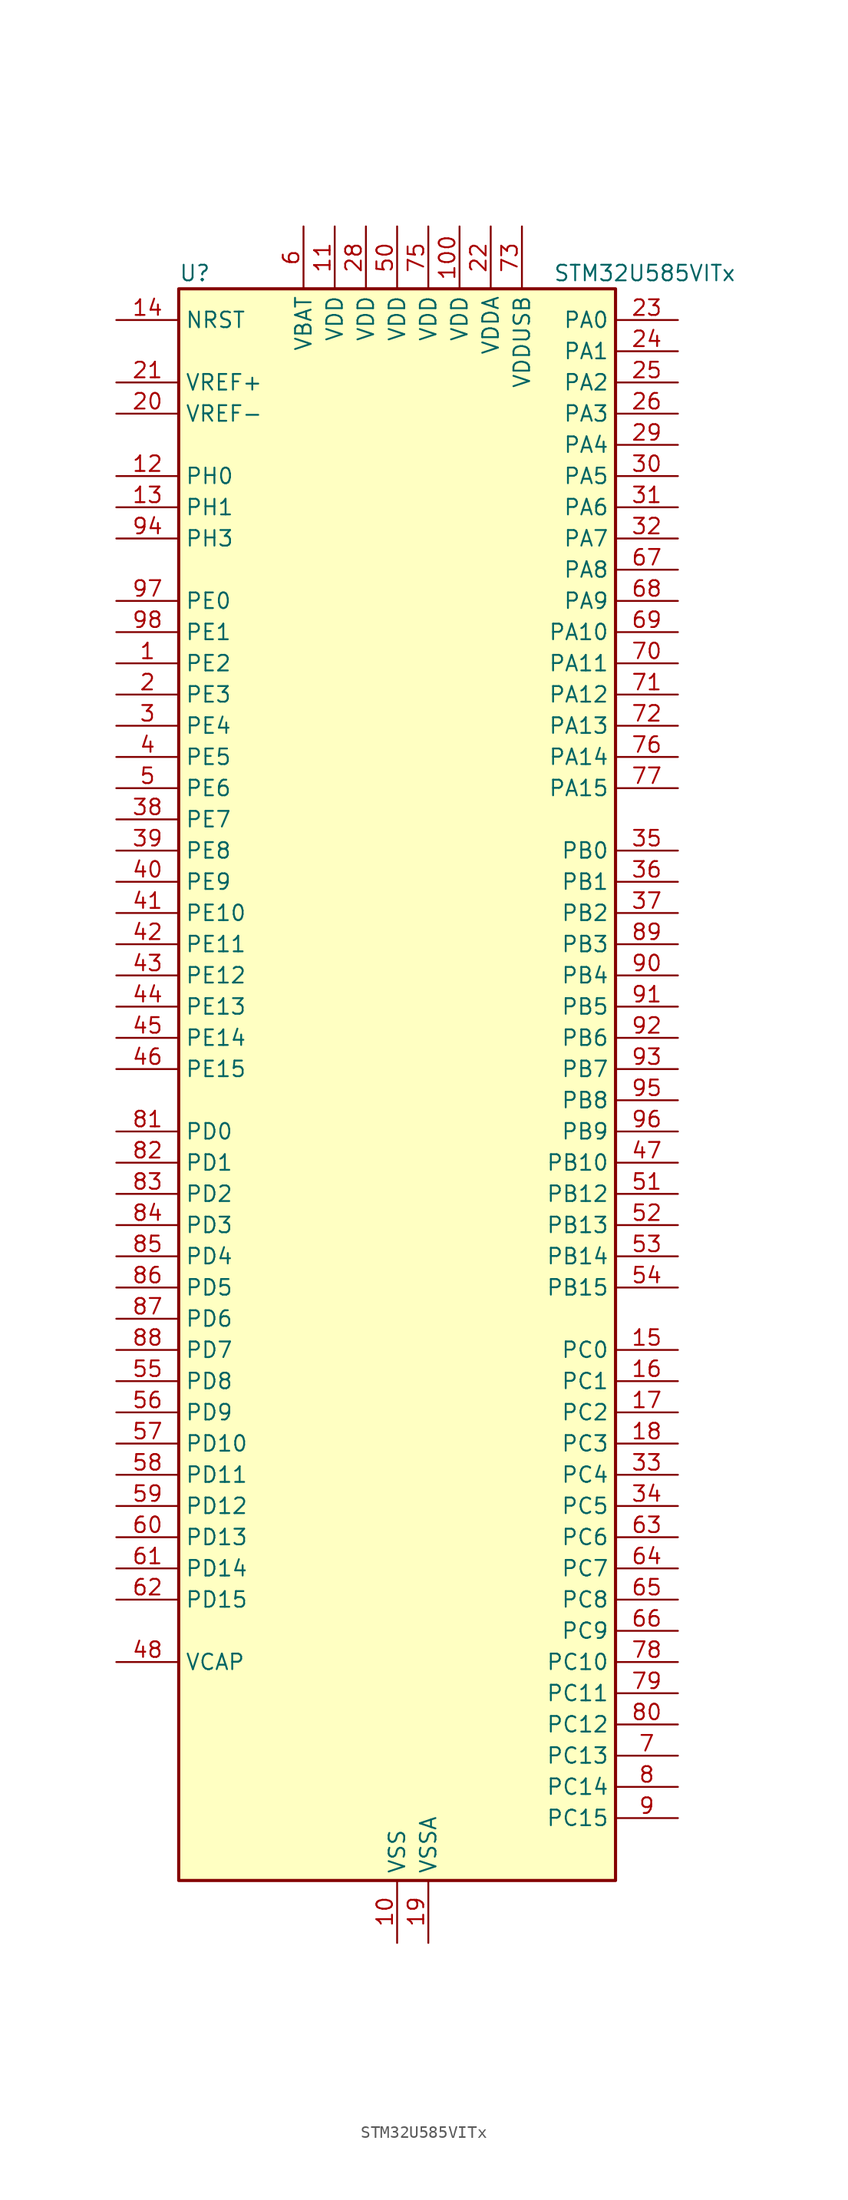
<source format=kicad_sym>
(kicad_symbol_lib
  (version 20211014)
  (generator kicad-library-utils)
  (symbol "STM32U585VITx"
    (property "Reference" "U"
      (at -17.78 67.31 0)
      (effects (font (size 1.27 1.27)) (justify left)))
    (property "Value" "STM32U585VITx"
      (at 12.7 67.31 0)
      (effects (font (size 1.27 1.27)) (justify left)))
    (property "ki_fp_filters" "LQFP*14x14mm*P0.5mm*"
      (at 0.0 0.0 0.0)
      (effects (font (size 1.27 1.27))))
    (symbol "STM32U585VITx_0_1"
      (rectangle (start -17.78 -63.5) (end 17.78 66.04) (stroke (width 0.254)) (fill (type background))))
    (symbol "STM32U585VITx_1_1"
      (pin input line (at -22.86 63.5 0) (length 5.08) (name "NRST" (effects (font (size 1.27 1.27)))) (number "14" (effects (font (size 1.27 1.27)))))
      (pin input line (at -22.86 58.42 0) (length 5.08) (name "VREF+" (effects (font (size 1.27 1.27)))) (number "21" (effects (font (size 1.27 1.27)))) (alternate "VREFBUF_OUT" bidirectional line))
      (pin input line (at -22.86 55.88 0) (length 5.08) (name "VREF-" (effects (font (size 1.27 1.27)))) (number "20" (effects (font (size 1.27 1.27)))))
      (pin bidirectional line (at -22.86 50.8 0) (length 5.08) (name "PH0" (effects (font (size 1.27 1.27)))) (number "12" (effects (font (size 1.27 1.27)))) (alternate "RCC_OSC_IN" bidirectional line))
      (pin bidirectional line (at -22.86 48.26 0) (length 5.08) (name "PH1" (effects (font (size 1.27 1.27)))) (number "13" (effects (font (size 1.27 1.27)))) (alternate "RCC_OSC_OUT" bidirectional line))
      (pin bidirectional line (at -22.86 45.72 0) (length 5.08) (name "PH3" (effects (font (size 1.27 1.27)))) (number "94" (effects (font (size 1.27 1.27)))))
      (pin bidirectional line (at -22.86 40.64 0) (length 5.08) (name "PE0" (effects (font (size 1.27 1.27)))) (number "97" (effects (font (size 1.27 1.27)))) (alternate "DCMI_D2" bidirectional line) (alternate "FMC_NBL0" bidirectional line) (alternate "PSSI_D2" bidirectional line) (alternate "TIM16_CH1" bidirectional line) (alternate "TIM4_ETR" bidirectional line))
      (pin bidirectional line (at -22.86 38.1 0) (length 5.08) (name "PE1" (effects (font (size 1.27 1.27)))) (number "98" (effects (font (size 1.27 1.27)))) (alternate "DCMI_D3" bidirectional line) (alternate "FMC_NBL1" bidirectional line) (alternate "PSSI_D3" bidirectional line) (alternate "TIM17_CH1" bidirectional line))
      (pin bidirectional line (at -22.86 35.56 0) (length 5.08) (name "PE2" (effects (font (size 1.27 1.27)))) (number "1" (effects (font (size 1.27 1.27)))) (alternate "DEBUG_TRACECLK" bidirectional line) (alternate "FMC_A23" bidirectional line) (alternate "SAI1_CK1" bidirectional line) (alternate "SAI1_MCLK_A" bidirectional line) (alternate "TIM3_ETR" bidirectional line) (alternate "TSC_G7_IO1" bidirectional line))
      (pin bidirectional line (at -22.86 33.02 0) (length 5.08) (name "PE3" (effects (font (size 1.27 1.27)))) (number "2" (effects (font (size 1.27 1.27)))) (alternate "DEBUG_TRACED0" bidirectional line) (alternate "FMC_A19" bidirectional line) (alternate "OCTOSPIM_P1_DQS" bidirectional line) (alternate "SAI1_SD_B" bidirectional line) (alternate "TAMP_IN6" bidirectional line) (alternate "TAMP_OUT3" bidirectional line) (alternate "TIM3_CH1" bidirectional line) (alternate "TSC_G7_IO2" bidirectional line))
      (pin bidirectional line (at -22.86 30.48 0) (length 5.08) (name "PE4" (effects (font (size 1.27 1.27)))) (number "3" (effects (font (size 1.27 1.27)))) (alternate "DCMI_D4" bidirectional line) (alternate "DEBUG_TRACED1" bidirectional line) (alternate "FMC_A20" bidirectional line) (alternate "MDF1_SDI3" bidirectional line) (alternate "PSSI_D4" bidirectional line) (alternate "PWR_WKUP1" bidirectional line) (alternate "SAI1_D2" bidirectional line) (alternate "SAI1_FS_A" bidirectional line) (alternate "TAMP_IN7" bidirectional line) (alternate "TAMP_OUT8" bidirectional line) (alternate "TIM3_CH2" bidirectional line) (alternate "TSC_G7_IO3" bidirectional line))
      (pin bidirectional line (at -22.86 27.94 0) (length 5.08) (name "PE5" (effects (font (size 1.27 1.27)))) (number "4" (effects (font (size 1.27 1.27)))) (alternate "DCMI_D6" bidirectional line) (alternate "DEBUG_TRACED2" bidirectional line) (alternate "FMC_A21" bidirectional line) (alternate "MDF1_CKI3" bidirectional line) (alternate "PSSI_D6" bidirectional line) (alternate "PWR_WKUP2" bidirectional line) (alternate "SAI1_CK2" bidirectional line) (alternate "SAI1_SCK_A" bidirectional line) (alternate "TAMP_IN8" bidirectional line) (alternate "TAMP_OUT7" bidirectional line) (alternate "TIM3_CH3" bidirectional line) (alternate "TSC_G7_IO4" bidirectional line))
      (pin bidirectional line (at -22.86 25.4 0) (length 5.08) (name "PE6" (effects (font (size 1.27 1.27)))) (number "5" (effects (font (size 1.27 1.27)))) (alternate "DCMI_D7" bidirectional line) (alternate "DEBUG_TRACED3" bidirectional line) (alternate "FMC_A22" bidirectional line) (alternate "PSSI_D7" bidirectional line) (alternate "PWR_WKUP3" bidirectional line) (alternate "SAI1_D1" bidirectional line) (alternate "SAI1_SD_A" bidirectional line) (alternate "TAMP_IN3" bidirectional line) (alternate "TAMP_OUT6" bidirectional line) (alternate "TIM3_CH4" bidirectional line))
      (pin bidirectional line (at -22.86 22.86 0) (length 5.08) (name "PE7" (effects (font (size 1.27 1.27)))) (number "38" (effects (font (size 1.27 1.27)))) (alternate "FMC_D4" bidirectional line) (alternate "FMC_DA4" bidirectional line) (alternate "MDF1_SDI2" bidirectional line) (alternate "PWR_WKUP6" bidirectional line) (alternate "SAI1_SD_B" bidirectional line) (alternate "TIM1_ETR" bidirectional line))
      (pin bidirectional line (at -22.86 20.32 0) (length 5.08) (name "PE8" (effects (font (size 1.27 1.27)))) (number "39" (effects (font (size 1.27 1.27)))) (alternate "FMC_D5" bidirectional line) (alternate "FMC_DA5" bidirectional line) (alternate "MDF1_CKI2" bidirectional line) (alternate "PWR_WKUP7" bidirectional line) (alternate "SAI1_SCK_B" bidirectional line) (alternate "TIM1_CH1N" bidirectional line))
      (pin bidirectional line (at -22.86 17.78 0) (length 5.08) (name "PE9" (effects (font (size 1.27 1.27)))) (number "40" (effects (font (size 1.27 1.27)))) (alternate "ADF1_CCK0" bidirectional line) (alternate "DAC1_EXTI9" bidirectional line) (alternate "FMC_D6" bidirectional line) (alternate "FMC_DA6" bidirectional line) (alternate "MDF1_CCK0" bidirectional line) (alternate "OCTOSPIM_P1_NCLK" bidirectional line) (alternate "SAI1_FS_B" bidirectional line) (alternate "TIM1_CH1" bidirectional line))
      (pin bidirectional line (at -22.86 15.24 0) (length 5.08) (name "PE10" (effects (font (size 1.27 1.27)))) (number "41" (effects (font (size 1.27 1.27)))) (alternate "ADF1_SDI0" bidirectional line) (alternate "FMC_D7" bidirectional line) (alternate "FMC_DA7" bidirectional line) (alternate "MDF1_SDI4" bidirectional line) (alternate "OCTOSPIM_P1_CLK" bidirectional line) (alternate "SAI1_MCLK_B" bidirectional line) (alternate "TIM1_CH2N" bidirectional line) (alternate "TSC_G5_IO1" bidirectional line))
      (pin bidirectional line (at -22.86 12.7 0) (length 5.08) (name "PE11" (effects (font (size 1.27 1.27)))) (number "42" (effects (font (size 1.27 1.27)))) (alternate "ADC1_EXTI11" bidirectional line) (alternate "FMC_D8" bidirectional line) (alternate "FMC_DA8" bidirectional line) (alternate "MDF1_CKI4" bidirectional line) (alternate "OCTOSPIM_P1_NCS" bidirectional line) (alternate "SPI1_RDY" bidirectional line) (alternate "TIM1_CH2" bidirectional line) (alternate "TSC_G5_IO2" bidirectional line))
      (pin bidirectional line (at -22.86 10.16 0) (length 5.08) (name "PE12" (effects (font (size 1.27 1.27)))) (number "43" (effects (font (size 1.27 1.27)))) (alternate "FMC_D9" bidirectional line) (alternate "FMC_DA9" bidirectional line) (alternate "MDF1_SDI5" bidirectional line) (alternate "OCTOSPIM_P1_IO0" bidirectional line) (alternate "SPI1_NSS" bidirectional line) (alternate "TIM1_CH3N" bidirectional line) (alternate "TSC_G5_IO3" bidirectional line))
      (pin bidirectional line (at -22.86 7.62 0) (length 5.08) (name "PE13" (effects (font (size 1.27 1.27)))) (number "44" (effects (font (size 1.27 1.27)))) (alternate "FMC_D10" bidirectional line) (alternate "FMC_DA10" bidirectional line) (alternate "MDF1_CKI5" bidirectional line) (alternate "OCTOSPIM_P1_IO1" bidirectional line) (alternate "SPI1_SCK" bidirectional line) (alternate "TIM1_CH3" bidirectional line) (alternate "TSC_G5_IO4" bidirectional line))
      (pin bidirectional line (at -22.86 5.08 0) (length 5.08) (name "PE14" (effects (font (size 1.27 1.27)))) (number "45" (effects (font (size 1.27 1.27)))) (alternate "FMC_D11" bidirectional line) (alternate "FMC_DA11" bidirectional line) (alternate "OCTOSPIM_P1_IO2" bidirectional line) (alternate "SPI1_MISO" bidirectional line) (alternate "TIM1_BKIN2" bidirectional line) (alternate "TIM1_CH4" bidirectional line))
      (pin bidirectional line (at -22.86 2.54 0) (length 5.08) (name "PE15" (effects (font (size 1.27 1.27)))) (number "46" (effects (font (size 1.27 1.27)))) (alternate "ADC1_EXTI15" bidirectional line) (alternate "ADC4_EXTI15" bidirectional line) (alternate "FMC_D12" bidirectional line) (alternate "FMC_DA12" bidirectional line) (alternate "OCTOSPIM_P1_IO3" bidirectional line) (alternate "SPI1_MOSI" bidirectional line) (alternate "TIM1_BKIN" bidirectional line) (alternate "TIM1_CH4N" bidirectional line))
      (pin bidirectional line (at -22.86 -2.54 0) (length 5.08) (name "PD0" (effects (font (size 1.27 1.27)))) (number "81" (effects (font (size 1.27 1.27)))) (alternate "FDCAN1_RX" bidirectional line) (alternate "FMC_D2" bidirectional line) (alternate "FMC_DA2" bidirectional line) (alternate "SPI2_NSS" bidirectional line) (alternate "TIM8_CH4N" bidirectional line))
      (pin bidirectional line (at -22.86 -5.08 0) (length 5.08) (name "PD1" (effects (font (size 1.27 1.27)))) (number "82" (effects (font (size 1.27 1.27)))) (alternate "FDCAN1_TX" bidirectional line) (alternate "FMC_D3" bidirectional line) (alternate "FMC_DA3" bidirectional line) (alternate "SPI2_SCK" bidirectional line))
      (pin bidirectional line (at -22.86 -7.62 0) (length 5.08) (name "PD2" (effects (font (size 1.27 1.27)))) (number "83" (effects (font (size 1.27 1.27)))) (alternate "DCMI_D11" bidirectional line) (alternate "DEBUG_TRACED2" bidirectional line) (alternate "LPTIM4_ETR" bidirectional line) (alternate "PSSI_D11" bidirectional line) (alternate "SDMMC1_CMD" bidirectional line) (alternate "TIM3_ETR" bidirectional line) (alternate "TSC_SYNC" bidirectional line) (alternate "UART5_RX" bidirectional line) (alternate "USART3_DE" bidirectional line) (alternate "USART3_RTS" bidirectional line))
      (pin bidirectional line (at -22.86 -10.16 0) (length 5.08) (name "PD3" (effects (font (size 1.27 1.27)))) (number "84" (effects (font (size 1.27 1.27)))) (alternate "DCMI_D5" bidirectional line) (alternate "FMC_CLK" bidirectional line) (alternate "MDF1_SDI0" bidirectional line) (alternate "OCTOSPIM_P2_NCS" bidirectional line) (alternate "PSSI_D5" bidirectional line) (alternate "SPI2_MISO" bidirectional line) (alternate "SPI2_SCK" bidirectional line) (alternate "USART2_CTS" bidirectional line))
      (pin bidirectional line (at -22.86 -12.7 0) (length 5.08) (name "PD4" (effects (font (size 1.27 1.27)))) (number "85" (effects (font (size 1.27 1.27)))) (alternate "FMC_NOE" bidirectional line) (alternate "MDF1_CKI0" bidirectional line) (alternate "OCTOSPIM_P1_IO4" bidirectional line) (alternate "SPI2_MOSI" bidirectional line) (alternate "USART2_DE" bidirectional line) (alternate "USART2_RTS" bidirectional line))
      (pin bidirectional line (at -22.86 -15.24 0) (length 5.08) (name "PD5" (effects (font (size 1.27 1.27)))) (number "86" (effects (font (size 1.27 1.27)))) (alternate "FMC_NWE" bidirectional line) (alternate "OCTOSPIM_P1_IO5" bidirectional line) (alternate "SPI2_RDY" bidirectional line) (alternate "USART2_TX" bidirectional line))
      (pin bidirectional line (at -22.86 -17.78 0) (length 5.08) (name "PD6" (effects (font (size 1.27 1.27)))) (number "87" (effects (font (size 1.27 1.27)))) (alternate "DCMI_D10" bidirectional line) (alternate "FMC_NWAIT" bidirectional line) (alternate "MDF1_SDI1" bidirectional line) (alternate "OCTOSPIM_P1_IO6" bidirectional line) (alternate "PSSI_D10" bidirectional line) (alternate "SAI1_D1" bidirectional line) (alternate "SAI1_SD_A" bidirectional line) (alternate "SDMMC2_CK" bidirectional line) (alternate "SPI3_MOSI" bidirectional line) (alternate "USART2_RX" bidirectional line))
      (pin bidirectional line (at -22.86 -20.32 0) (length 5.08) (name "PD7" (effects (font (size 1.27 1.27)))) (number "88" (effects (font (size 1.27 1.27)))) (alternate "FMC_NCE" bidirectional line) (alternate "FMC_NE1" bidirectional line) (alternate "LPTIM4_OUT" bidirectional line) (alternate "MDF1_CKI1" bidirectional line) (alternate "OCTOSPIM_P1_IO7" bidirectional line) (alternate "SDMMC2_CMD" bidirectional line) (alternate "USART2_CK" bidirectional line))
      (pin bidirectional line (at -22.86 -22.86 0) (length 5.08) (name "PD8" (effects (font (size 1.27 1.27)))) (number "55" (effects (font (size 1.27 1.27)))) (alternate "DCMI_HSYNC" bidirectional line) (alternate "FMC_D13" bidirectional line) (alternate "FMC_DA13" bidirectional line) (alternate "PSSI_DE" bidirectional line) (alternate "USART3_TX" bidirectional line))
      (pin bidirectional line (at -22.86 -25.4 0) (length 5.08) (name "PD9" (effects (font (size 1.27 1.27)))) (number "56" (effects (font (size 1.27 1.27)))) (alternate "DAC1_EXTI9" bidirectional line) (alternate "DCMI_PIXCLK" bidirectional line) (alternate "FMC_D14" bidirectional line) (alternate "FMC_DA14" bidirectional line) (alternate "LPTIM2_IN2" bidirectional line) (alternate "LPTIM3_IN1" bidirectional line) (alternate "PSSI_PDCK" bidirectional line) (alternate "SAI2_MCLK_A" bidirectional line) (alternate "USART3_RX" bidirectional line))
      (pin bidirectional line (at -22.86 -27.94 0) (length 5.08) (name "PD10" (effects (font (size 1.27 1.27)))) (number "57" (effects (font (size 1.27 1.27)))) (alternate "FMC_D15" bidirectional line) (alternate "FMC_DA15" bidirectional line) (alternate "LPTIM2_CH2" bidirectional line) (alternate "LPTIM3_ETR" bidirectional line) (alternate "SAI2_SCK_A" bidirectional line) (alternate "TSC_G6_IO1" bidirectional line) (alternate "USART3_CK" bidirectional line))
      (pin bidirectional line (at -22.86 -30.48 0) (length 5.08) (name "PD11" (effects (font (size 1.27 1.27)))) (number "58" (effects (font (size 1.27 1.27)))) (alternate "ADC1_EXTI11" bidirectional line) (alternate "ADC4_IN15" bidirectional line) (alternate "FMC_A16" bidirectional line) (alternate "FMC_CLE" bidirectional line) (alternate "I2C4_SMBA" bidirectional line) (alternate "LPTIM2_ETR" bidirectional line) (alternate "SAI2_SD_A" bidirectional line) (alternate "TSC_G6_IO2" bidirectional line) (alternate "USART3_CTS" bidirectional line))
      (pin bidirectional line (at -22.86 -33.02 0) (length 5.08) (name "PD12" (effects (font (size 1.27 1.27)))) (number "59" (effects (font (size 1.27 1.27)))) (alternate "ADC4_IN16" bidirectional line) (alternate "FMC_A17" bidirectional line) (alternate "FMC_ALE" bidirectional line) (alternate "I2C4_SCL" bidirectional line) (alternate "LPTIM2_IN1" bidirectional line) (alternate "SAI2_FS_A" bidirectional line) (alternate "TIM4_CH1" bidirectional line) (alternate "TSC_G6_IO3" bidirectional line) (alternate "USART3_DE" bidirectional line) (alternate "USART3_RTS" bidirectional line))
      (pin bidirectional line (at -22.86 -35.56 0) (length 5.08) (name "PD13" (effects (font (size 1.27 1.27)))) (number "60" (effects (font (size 1.27 1.27)))) (alternate "ADC4_IN17" bidirectional line) (alternate "FMC_A18" bidirectional line) (alternate "I2C4_SDA" bidirectional line) (alternate "LPTIM2_CH1" bidirectional line) (alternate "LPTIM4_IN1" bidirectional line) (alternate "TIM4_CH2" bidirectional line) (alternate "TSC_G6_IO4" bidirectional line))
      (pin bidirectional line (at -22.86 -38.1 0) (length 5.08) (name "PD14" (effects (font (size 1.27 1.27)))) (number "61" (effects (font (size 1.27 1.27)))) (alternate "FMC_D0" bidirectional line) (alternate "FMC_DA0" bidirectional line) (alternate "LPTIM3_CH1" bidirectional line) (alternate "TIM4_CH3" bidirectional line))
      (pin bidirectional line (at -22.86 -40.64 0) (length 5.08) (name "PD15" (effects (font (size 1.27 1.27)))) (number "62" (effects (font (size 1.27 1.27)))) (alternate "ADC1_EXTI15" bidirectional line) (alternate "ADC4_EXTI15" bidirectional line) (alternate "FMC_D1" bidirectional line) (alternate "FMC_DA1" bidirectional line) (alternate "LPTIM3_CH2" bidirectional line) (alternate "TIM4_CH4" bidirectional line))
      (pin power_out line (at -22.86 -45.72 0) (length 5.08) (name "VCAP" (effects (font (size 1.27 1.27)))) (number "48" (effects (font (size 1.27 1.27)))))
      (pin bidirectional line (at 22.86 63.5 180) (length 5.08) (name "PA0" (effects (font (size 1.27 1.27)))) (number "23" (effects (font (size 1.27 1.27)))) (alternate "ADC1_IN5" bidirectional line) (alternate "AUDIOCLK" bidirectional line) (alternate "OCTOSPIM_P2_NCS" bidirectional line) (alternate "OPAMP1_VINP" bidirectional line) (alternate "PWR_WKUP1" bidirectional line) (alternate "SDMMC2_CMD" bidirectional line) (alternate "SPI3_RDY" bidirectional line) (alternate "TAMP_IN2" bidirectional line) (alternate "TAMP_OUT1" bidirectional line) (alternate "TIM2_CH1" bidirectional line) (alternate "TIM2_ETR" bidirectional line) (alternate "TIM5_CH1" bidirectional line) (alternate "TIM8_ETR" bidirectional line) (alternate "UART4_TX" bidirectional line) (alternate "USART2_CTS" bidirectional line))
      (pin bidirectional line (at 22.86 60.96 180) (length 5.08) (name "PA1" (effects (font (size 1.27 1.27)))) (number "24" (effects (font (size 1.27 1.27)))) (alternate "ADC1_IN6" bidirectional line) (alternate "I2C1_SMBA" bidirectional line) (alternate "LPTIM1_CH2" bidirectional line) (alternate "OCTOSPIM_P1_DQS" bidirectional line) (alternate "OPAMP1_VINM" bidirectional line) (alternate "PWR_WKUP3" bidirectional line) (alternate "SPI1_SCK" bidirectional line) (alternate "TAMP_IN5" bidirectional line) (alternate "TAMP_OUT4" bidirectional line) (alternate "TIM15_CH1N" bidirectional line) (alternate "TIM2_CH2" bidirectional line) (alternate "TIM5_CH2" bidirectional line) (alternate "UART4_RX" bidirectional line) (alternate "USART2_DE" bidirectional line) (alternate "USART2_RTS" bidirectional line))
      (pin bidirectional line (at 22.86 58.42 180) (length 5.08) (name "PA2" (effects (font (size 1.27 1.27)))) (number "25" (effects (font (size 1.27 1.27)))) (alternate "ADC1_IN7" bidirectional line) (alternate "COMP1_INP" bidirectional line) (alternate "LPUART1_TX" bidirectional line) (alternate "OCTOSPIM_P1_NCS" bidirectional line) (alternate "PWR_WKUP4" bidirectional line) (alternate "RCC_LSCO" bidirectional line) (alternate "SPI1_RDY" bidirectional line) (alternate "TIM15_CH1" bidirectional line) (alternate "TIM2_CH3" bidirectional line) (alternate "TIM5_CH3" bidirectional line) (alternate "UCPD1_FRSTX1" bidirectional line) (alternate "USART2_TX" bidirectional line))
      (pin bidirectional line (at 22.86 55.88 180) (length 5.08) (name "PA3" (effects (font (size 1.27 1.27)))) (number "26" (effects (font (size 1.27 1.27)))) (alternate "ADC1_IN8" bidirectional line) (alternate "LPUART1_RX" bidirectional line) (alternate "OCTOSPIM_P1_CLK" bidirectional line) (alternate "OPAMP1_VOUT" bidirectional line) (alternate "PWR_WKUP5" bidirectional line) (alternate "SAI1_CK1" bidirectional line) (alternate "SAI1_MCLK_A" bidirectional line) (alternate "TIM15_CH2" bidirectional line) (alternate "TIM2_CH4" bidirectional line) (alternate "TIM5_CH4" bidirectional line) (alternate "USART2_RX" bidirectional line))
      (pin bidirectional line (at 22.86 53.34 180) (length 5.08) (name "PA4" (effects (font (size 1.27 1.27)))) (number "29" (effects (font (size 1.27 1.27)))) (alternate "ADC1_IN9" bidirectional line) (alternate "ADC4_IN9" bidirectional line) (alternate "DAC1_OUT1" bidirectional line) (alternate "DCMI_HSYNC" bidirectional line) (alternate "LPTIM2_CH1" bidirectional line) (alternate "OCTOSPIM_P1_NCS" bidirectional line) (alternate "PSSI_DE" bidirectional line) (alternate "PWR_WKUP2" bidirectional line) (alternate "SAI1_FS_B" bidirectional line) (alternate "SPI1_NSS" bidirectional line) (alternate "SPI3_NSS" bidirectional line) (alternate "USART2_CK" bidirectional line))
      (pin bidirectional line (at 22.86 50.8 180) (length 5.08) (name "PA5" (effects (font (size 1.27 1.27)))) (number "30" (effects (font (size 1.27 1.27)))) (alternate "ADC1_IN10" bidirectional line) (alternate "ADC4_IN10" bidirectional line) (alternate "DAC1_OUT2" bidirectional line) (alternate "LPTIM2_ETR" bidirectional line) (alternate "PSSI_D14" bidirectional line) (alternate "PWR_CSLEEP" bidirectional line) (alternate "PWR_WKUP6" bidirectional line) (alternate "SPI1_SCK" bidirectional line) (alternate "TIM2_CH1" bidirectional line) (alternate "TIM2_ETR" bidirectional line) (alternate "TIM8_CH1N" bidirectional line) (alternate "USART3_RX" bidirectional line))
      (pin bidirectional line (at 22.86 48.26 180) (length 5.08) (name "PA6" (effects (font (size 1.27 1.27)))) (number "31" (effects (font (size 1.27 1.27)))) (alternate "ADC1_IN11" bidirectional line) (alternate "ADC4_IN11" bidirectional line) (alternate "DCMI_PIXCLK" bidirectional line) (alternate "LPUART1_CTS" bidirectional line) (alternate "OCTOSPIM_P1_IO3" bidirectional line) (alternate "OPAMP2_VINP" bidirectional line) (alternate "PSSI_PDCK" bidirectional line) (alternate "PWR_CDSTOP" bidirectional line) (alternate "PWR_WKUP7" bidirectional line) (alternate "SPI1_MISO" bidirectional line) (alternate "TIM16_CH1" bidirectional line) (alternate "TIM1_BKIN" bidirectional line) (alternate "TIM3_CH1" bidirectional line) (alternate "TIM8_BKIN" bidirectional line) (alternate "USART3_CTS" bidirectional line))
      (pin bidirectional line (at 22.86 45.72 180) (length 5.08) (name "PA7" (effects (font (size 1.27 1.27)))) (number "32" (effects (font (size 1.27 1.27)))) (alternate "ADC1_IN12" bidirectional line) (alternate "ADC4_IN20" bidirectional line) (alternate "I2C3_SCL" bidirectional line) (alternate "LPTIM2_CH2" bidirectional line) (alternate "OCTOSPIM_P1_IO2" bidirectional line) (alternate "OPAMP2_VINM" bidirectional line) (alternate "PWR_SRDSTOP" bidirectional line) (alternate "PWR_WKUP8" bidirectional line) (alternate "SPI1_MOSI" bidirectional line) (alternate "TIM17_CH1" bidirectional line) (alternate "TIM1_CH1N" bidirectional line) (alternate "TIM3_CH2" bidirectional line) (alternate "TIM8_CH1N" bidirectional line) (alternate "USART3_TX" bidirectional line))
      (pin bidirectional line (at 22.86 43.18 180) (length 5.08) (name "PA8" (effects (font (size 1.27 1.27)))) (number "67" (effects (font (size 1.27 1.27)))) (alternate "DEBUG_TRACECLK" bidirectional line) (alternate "LPTIM2_CH1" bidirectional line) (alternate "RCC_MCO" bidirectional line) (alternate "SAI1_CK2" bidirectional line) (alternate "SAI1_SCK_A" bidirectional line) (alternate "SPI1_RDY" bidirectional line) (alternate "TIM1_CH1" bidirectional line) (alternate "USART1_CK" bidirectional line) (alternate "USB_OTG_FS_SOF" bidirectional line))
      (pin bidirectional line (at 22.86 40.64 180) (length 5.08) (name "PA9" (effects (font (size 1.27 1.27)))) (number "68" (effects (font (size 1.27 1.27)))) (alternate "DAC1_EXTI9" bidirectional line) (alternate "DCMI_D0" bidirectional line) (alternate "PSSI_D0" bidirectional line) (alternate "SAI1_FS_A" bidirectional line) (alternate "SPI2_SCK" bidirectional line) (alternate "TIM15_BKIN" bidirectional line) (alternate "TIM1_CH2" bidirectional line) (alternate "USART1_TX" bidirectional line) (alternate "USB_OTG_FS_VBUS" bidirectional line))
      (pin bidirectional line (at 22.86 38.1 180) (length 5.08) (name "PA10" (effects (font (size 1.27 1.27)))) (number "69" (effects (font (size 1.27 1.27)))) (alternate "CRS_SYNC" bidirectional line) (alternate "DCMI_D1" bidirectional line) (alternate "LPTIM2_IN2" bidirectional line) (alternate "PSSI_D1" bidirectional line) (alternate "SAI1_D1" bidirectional line) (alternate "SAI1_SD_A" bidirectional line) (alternate "TIM17_BKIN" bidirectional line) (alternate "TIM1_CH3" bidirectional line) (alternate "USART1_RX" bidirectional line) (alternate "USB_OTG_FS_ID" bidirectional line))
      (pin bidirectional line (at 22.86 35.56 180) (length 5.08) (name "PA11" (effects (font (size 1.27 1.27)))) (number "70" (effects (font (size 1.27 1.27)))) (alternate "ADC1_EXTI11" bidirectional line) (alternate "FDCAN1_RX" bidirectional line) (alternate "SPI1_MISO" bidirectional line) (alternate "TIM1_BKIN2" bidirectional line) (alternate "TIM1_CH4" bidirectional line) (alternate "USART1_CTS" bidirectional line) (alternate "USB_OTG_FS_DM" bidirectional line))
      (pin bidirectional line (at 22.86 33.02 180) (length 5.08) (name "PA12" (effects (font (size 1.27 1.27)))) (number "71" (effects (font (size 1.27 1.27)))) (alternate "FDCAN1_TX" bidirectional line) (alternate "OCTOSPIM_P2_NCS" bidirectional line) (alternate "SPI1_MOSI" bidirectional line) (alternate "TIM1_ETR" bidirectional line) (alternate "USART1_DE" bidirectional line) (alternate "USART1_RTS" bidirectional line) (alternate "USB_OTG_FS_DP" bidirectional line))
      (pin bidirectional line (at 22.86 30.48 180) (length 5.08) (name "PA13" (effects (font (size 1.27 1.27)))) (number "72" (effects (font (size 1.27 1.27)))) (alternate "DEBUG_JTMS-SWDIO" bidirectional line) (alternate "IR_OUT" bidirectional line) (alternate "SAI1_SD_B" bidirectional line) (alternate "USB_OTG_FS_NOE" bidirectional line))
      (pin bidirectional line (at 22.86 27.94 180) (length 5.08) (name "PA14" (effects (font (size 1.27 1.27)))) (number "76" (effects (font (size 1.27 1.27)))) (alternate "DEBUG_JTCK-SWCLK" bidirectional line) (alternate "I2C1_SMBA" bidirectional line) (alternate "I2C4_SMBA" bidirectional line) (alternate "LPTIM1_CH1" bidirectional line) (alternate "SAI1_FS_B" bidirectional line) (alternate "USB_OTG_FS_SOF" bidirectional line))
      (pin bidirectional line (at 22.86 25.4 180) (length 5.08) (name "PA15" (effects (font (size 1.27 1.27)))) (number "77" (effects (font (size 1.27 1.27)))) (alternate "ADC1_EXTI15" bidirectional line) (alternate "ADC4_EXTI15" bidirectional line) (alternate "DEBUG_JTDI" bidirectional line) (alternate "SAI2_FS_B" bidirectional line) (alternate "SPI1_NSS" bidirectional line) (alternate "SPI3_NSS" bidirectional line) (alternate "TIM2_CH1" bidirectional line) (alternate "TIM2_ETR" bidirectional line) (alternate "UART4_DE" bidirectional line) (alternate "UART4_RTS" bidirectional line) (alternate "UCPD1_CC1" bidirectional line) (alternate "USART2_RX" bidirectional line) (alternate "USART3_DE" bidirectional line) (alternate "USART3_RTS" bidirectional line))
      (pin bidirectional line (at 22.86 20.32 180) (length 5.08) (name "PB0" (effects (font (size 1.27 1.27)))) (number "35" (effects (font (size 1.27 1.27)))) (alternate "ADC1_IN15" bidirectional line) (alternate "ADC4_IN18" bidirectional line) (alternate "AUDIOCLK" bidirectional line) (alternate "COMP1_OUT" bidirectional line) (alternate "LPTIM3_CH1" bidirectional line) (alternate "OCTOSPIM_P1_IO1" bidirectional line) (alternate "OPAMP2_VOUT" bidirectional line) (alternate "SPI1_NSS" bidirectional line) (alternate "TIM1_CH2N" bidirectional line) (alternate "TIM3_CH3" bidirectional line) (alternate "TIM8_CH2N" bidirectional line) (alternate "USART3_CK" bidirectional line))
      (pin bidirectional line (at 22.86 17.78 180) (length 5.08) (name "PB1" (effects (font (size 1.27 1.27)))) (number "36" (effects (font (size 1.27 1.27)))) (alternate "ADC1_IN16" bidirectional line) (alternate "ADC4_IN19" bidirectional line) (alternate "COMP1_INM" bidirectional line) (alternate "LPTIM2_IN1" bidirectional line) (alternate "LPTIM3_CH2" bidirectional line) (alternate "LPUART1_DE" bidirectional line) (alternate "LPUART1_RTS" bidirectional line) (alternate "MDF1_SDI0" bidirectional line) (alternate "OCTOSPIM_P1_IO0" bidirectional line) (alternate "PWR_WKUP4" bidirectional line) (alternate "TIM1_CH3N" bidirectional line) (alternate "TIM3_CH4" bidirectional line) (alternate "TIM8_CH3N" bidirectional line) (alternate "USART3_DE" bidirectional line) (alternate "USART3_RTS" bidirectional line))
      (pin bidirectional line (at 22.86 15.24 180) (length 5.08) (name "PB2" (effects (font (size 1.27 1.27)))) (number "37" (effects (font (size 1.27 1.27)))) (alternate "ADC1_IN17" bidirectional line) (alternate "COMP1_INP" bidirectional line) (alternate "I2C3_SMBA" bidirectional line) (alternate "LPTIM1_CH1" bidirectional line) (alternate "MDF1_CKI0" bidirectional line) (alternate "OCTOSPIM_P1_DQS" bidirectional line) (alternate "PWR_WKUP1" bidirectional line) (alternate "RTC_OUT2" bidirectional line) (alternate "SPI1_RDY" bidirectional line) (alternate "TIM8_CH4N" bidirectional line) (alternate "UCPD1_FRSTX1" bidirectional line))
      (pin bidirectional line (at 22.86 12.7 180) (length 5.08) (name "PB3" (effects (font (size 1.27 1.27)))) (number "89" (effects (font (size 1.27 1.27)))) (alternate "ADF1_CCK0" bidirectional line) (alternate "COMP2_INM" bidirectional line) (alternate "CRS_SYNC" bidirectional line) (alternate "DEBUG_JTDO-SWO" bidirectional line) (alternate "I2C1_SDA" bidirectional line) (alternate "LPTIM1_CH1" bidirectional line) (alternate "SAI1_SCK_B" bidirectional line) (alternate "SDMMC2_D2" bidirectional line) (alternate "SPI1_SCK" bidirectional line) (alternate "SPI3_SCK" bidirectional line) (alternate "TIM2_CH2" bidirectional line) (alternate "USART1_DE" bidirectional line) (alternate "USART1_RTS" bidirectional line))
      (pin bidirectional line (at 22.86 10.16 180) (length 5.08) (name "PB4" (effects (font (size 1.27 1.27)))) (number "90" (effects (font (size 1.27 1.27)))) (alternate "ADF1_SDI0" bidirectional line) (alternate "COMP2_INP" bidirectional line) (alternate "DCMI_D12" bidirectional line) (alternate "DEBUG_JTRST" bidirectional line) (alternate "I2C3_SDA" bidirectional line) (alternate "LPTIM1_CH2" bidirectional line) (alternate "PSSI_D12" bidirectional line) (alternate "SAI1_MCLK_B" bidirectional line) (alternate "SDMMC2_D3" bidirectional line) (alternate "SPI1_MISO" bidirectional line) (alternate "SPI3_MISO" bidirectional line) (alternate "TIM17_BKIN" bidirectional line) (alternate "TIM3_CH1" bidirectional line) (alternate "TSC_G2_IO1" bidirectional line) (alternate "UART5_DE" bidirectional line) (alternate "UART5_RTS" bidirectional line) (alternate "USART1_CTS" bidirectional line))
      (pin bidirectional line (at 22.86 7.62 180) (length 5.08) (name "PB5" (effects (font (size 1.27 1.27)))) (number "91" (effects (font (size 1.27 1.27)))) (alternate "COMP2_OUT" bidirectional line) (alternate "DCMI_D10" bidirectional line) (alternate "I2C1_SMBA" bidirectional line) (alternate "LPTIM1_IN1" bidirectional line) (alternate "OCTOSPIM_P1_NCLK" bidirectional line) (alternate "PSSI_D10" bidirectional line) (alternate "PWR_WKUP6" bidirectional line) (alternate "SAI1_SD_B" bidirectional line) (alternate "SPI1_MOSI" bidirectional line) (alternate "SPI3_MOSI" bidirectional line) (alternate "TIM16_BKIN" bidirectional line) (alternate "TIM3_CH2" bidirectional line) (alternate "TSC_G2_IO2" bidirectional line) (alternate "UART5_CTS" bidirectional line) (alternate "UCPD1_DBCC1" bidirectional line) (alternate "USART1_CK" bidirectional line))
      (pin bidirectional line (at 22.86 5.08 180) (length 5.08) (name "PB6" (effects (font (size 1.27 1.27)))) (number "92" (effects (font (size 1.27 1.27)))) (alternate "COMP2_INP" bidirectional line) (alternate "DCMI_D5" bidirectional line) (alternate "I2C1_SCL" bidirectional line) (alternate "I2C4_SCL" bidirectional line) (alternate "LPTIM1_ETR" bidirectional line) (alternate "MDF1_SDI5" bidirectional line) (alternate "PSSI_D5" bidirectional line) (alternate "PWR_WKUP3" bidirectional line) (alternate "SAI1_FS_B" bidirectional line) (alternate "TIM16_CH1N" bidirectional line) (alternate "TIM4_CH1" bidirectional line) (alternate "TIM8_BKIN2" bidirectional line) (alternate "TSC_G2_IO3" bidirectional line) (alternate "USART1_TX" bidirectional line))
      (pin bidirectional line (at 22.86 2.54 180) (length 5.08) (name "PB7" (effects (font (size 1.27 1.27)))) (number "93" (effects (font (size 1.27 1.27)))) (alternate "COMP2_INM" bidirectional line) (alternate "DCMI_VSYNC" bidirectional line) (alternate "FMC_NL" bidirectional line) (alternate "I2C1_SDA" bidirectional line) (alternate "I2C4_SDA" bidirectional line) (alternate "LPTIM1_IN2" bidirectional line) (alternate "MDF1_CKI5" bidirectional line) (alternate "PSSI_RDY" bidirectional line) (alternate "PWR_PVD_IN" bidirectional line) (alternate "PWR_WKUP4" bidirectional line) (alternate "TIM17_CH1N" bidirectional line) (alternate "TIM4_CH2" bidirectional line) (alternate "TIM8_BKIN" bidirectional line) (alternate "TSC_G2_IO4" bidirectional line) (alternate "UART4_CTS" bidirectional line) (alternate "USART1_RX" bidirectional line))
      (pin bidirectional line (at 22.86 0.0 180) (length 5.08) (name "PB8" (effects (font (size 1.27 1.27)))) (number "95" (effects (font (size 1.27 1.27)))) (alternate "DCMI_D6" bidirectional line) (alternate "FDCAN1_RX" bidirectional line) (alternate "I2C1_SCL" bidirectional line) (alternate "MDF1_CCK0" bidirectional line) (alternate "PSSI_D6" bidirectional line) (alternate "PWR_WKUP5" bidirectional line) (alternate "SAI1_CK1" bidirectional line) (alternate "SAI1_MCLK_A" bidirectional line) (alternate "SDMMC1_CKIN" bidirectional line) (alternate "SDMMC1_D4" bidirectional line) (alternate "SDMMC2_D4" bidirectional line) (alternate "SPI3_RDY" bidirectional line) (alternate "TIM16_CH1" bidirectional line) (alternate "TIM4_CH3" bidirectional line))
      (pin bidirectional line (at 22.86 -2.54 180) (length 5.08) (name "PB9" (effects (font (size 1.27 1.27)))) (number "96" (effects (font (size 1.27 1.27)))) (alternate "DAC1_EXTI9" bidirectional line) (alternate "DCMI_D7" bidirectional line) (alternate "FDCAN1_TX" bidirectional line) (alternate "I2C1_SDA" bidirectional line) (alternate "IR_OUT" bidirectional line) (alternate "PSSI_D7" bidirectional line) (alternate "SAI1_D2" bidirectional line) (alternate "SAI1_FS_A" bidirectional line) (alternate "SDMMC1_CDIR" bidirectional line) (alternate "SDMMC1_D5" bidirectional line) (alternate "SDMMC2_D5" bidirectional line) (alternate "SPI2_NSS" bidirectional line) (alternate "TIM17_CH1" bidirectional line) (alternate "TIM4_CH4" bidirectional line))
      (pin bidirectional line (at 22.86 -5.08 180) (length 5.08) (name "PB10" (effects (font (size 1.27 1.27)))) (number "47" (effects (font (size 1.27 1.27)))) (alternate "COMP1_OUT" bidirectional line) (alternate "I2C2_SCL" bidirectional line) (alternate "I2C4_SCL" bidirectional line) (alternate "LPTIM3_CH1" bidirectional line) (alternate "LPUART1_RX" bidirectional line) (alternate "OCTOSPIM_P1_CLK" bidirectional line) (alternate "PWR_WKUP8" bidirectional line) (alternate "SAI1_SCK_A" bidirectional line) (alternate "SPI2_SCK" bidirectional line) (alternate "TIM2_CH3" bidirectional line) (alternate "TSC_SYNC" bidirectional line) (alternate "USART3_TX" bidirectional line))
      (pin bidirectional line (at 22.86 -7.62 180) (length 5.08) (name "PB12" (effects (font (size 1.27 1.27)))) (number "51" (effects (font (size 1.27 1.27)))) (alternate "I2C2_SMBA" bidirectional line) (alternate "LPUART1_DE" bidirectional line) (alternate "LPUART1_RTS" bidirectional line) (alternate "MDF1_SDI1" bidirectional line) (alternate "OCTOSPIM_P1_NCLK" bidirectional line) (alternate "SAI2_FS_A" bidirectional line) (alternate "SPI2_NSS" bidirectional line) (alternate "TIM15_BKIN" bidirectional line) (alternate "TIM1_BKIN" bidirectional line) (alternate "TSC_G1_IO1" bidirectional line) (alternate "USART3_CK" bidirectional line))
      (pin bidirectional line (at 22.86 -10.16 180) (length 5.08) (name "PB13" (effects (font (size 1.27 1.27)))) (number "52" (effects (font (size 1.27 1.27)))) (alternate "I2C2_SCL" bidirectional line) (alternate "LPTIM3_IN1" bidirectional line) (alternate "LPUART1_CTS" bidirectional line) (alternate "MDF1_CKI1" bidirectional line) (alternate "SAI2_SCK_A" bidirectional line) (alternate "SPI2_SCK" bidirectional line) (alternate "TIM15_CH1N" bidirectional line) (alternate "TIM1_CH1N" bidirectional line) (alternate "TSC_G1_IO2" bidirectional line) (alternate "USART3_CTS" bidirectional line))
      (pin bidirectional line (at 22.86 -12.7 180) (length 5.08) (name "PB14" (effects (font (size 1.27 1.27)))) (number "53" (effects (font (size 1.27 1.27)))) (alternate "I2C2_SDA" bidirectional line) (alternate "LPTIM3_ETR" bidirectional line) (alternate "MDF1_SDI2" bidirectional line) (alternate "SAI2_MCLK_A" bidirectional line) (alternate "SDMMC2_D0" bidirectional line) (alternate "SPI2_MISO" bidirectional line) (alternate "TIM15_CH1" bidirectional line) (alternate "TIM1_CH2N" bidirectional line) (alternate "TIM8_CH2N" bidirectional line) (alternate "TSC_G1_IO3" bidirectional line) (alternate "UCPD1_DBCC2" bidirectional line) (alternate "USART3_DE" bidirectional line) (alternate "USART3_RTS" bidirectional line))
      (pin bidirectional line (at 22.86 -15.24 180) (length 5.08) (name "PB15" (effects (font (size 1.27 1.27)))) (number "54" (effects (font (size 1.27 1.27)))) (alternate "ADC1_EXTI15" bidirectional line) (alternate "ADC4_EXTI15" bidirectional line) (alternate "FMC_NBL1" bidirectional line) (alternate "LPTIM2_IN2" bidirectional line) (alternate "MDF1_CKI2" bidirectional line) (alternate "PWR_WKUP7" bidirectional line) (alternate "RTC_REFIN" bidirectional line) (alternate "SAI2_SD_A" bidirectional line) (alternate "SDMMC2_D1" bidirectional line) (alternate "SPI2_MOSI" bidirectional line) (alternate "TIM15_CH2" bidirectional line) (alternate "TIM1_CH3N" bidirectional line) (alternate "TIM8_CH3N" bidirectional line) (alternate "UCPD1_CC2" bidirectional line))
      (pin bidirectional line (at 22.86 -20.32 180) (length 5.08) (name "PC0" (effects (font (size 1.27 1.27)))) (number "15" (effects (font (size 1.27 1.27)))) (alternate "ADC1_IN1" bidirectional line) (alternate "ADC4_IN1" bidirectional line) (alternate "I2C3_SCL" bidirectional line) (alternate "LPTIM1_IN1" bidirectional line) (alternate "LPTIM2_IN1" bidirectional line) (alternate "LPUART1_RX" bidirectional line) (alternate "MDF1_SDI4" bidirectional line) (alternate "OCTOSPIM_P1_IO7" bidirectional line) (alternate "SAI2_FS_A" bidirectional line) (alternate "SDMMC1_D5" bidirectional line) (alternate "SPI2_RDY" bidirectional line))
      (pin bidirectional line (at 22.86 -22.86 180) (length 5.08) (name "PC1" (effects (font (size 1.27 1.27)))) (number "16" (effects (font (size 1.27 1.27)))) (alternate "ADC1_IN2" bidirectional line) (alternate "ADC4_IN2" bidirectional line) (alternate "DEBUG_TRACED0" bidirectional line) (alternate "I2C3_SDA" bidirectional line) (alternate "LPTIM1_CH1" bidirectional line) (alternate "LPUART1_TX" bidirectional line) (alternate "MDF1_CKI4" bidirectional line) (alternate "OCTOSPIM_P1_IO4" bidirectional line) (alternate "SAI1_SD_A" bidirectional line) (alternate "SDMMC2_CK" bidirectional line) (alternate "SPI2_MOSI" bidirectional line))
      (pin bidirectional line (at 22.86 -25.4 180) (length 5.08) (name "PC2" (effects (font (size 1.27 1.27)))) (number "17" (effects (font (size 1.27 1.27)))) (alternate "ADC1_IN3" bidirectional line) (alternate "ADC4_IN3" bidirectional line) (alternate "LPTIM1_IN2" bidirectional line) (alternate "MDF1_CCK1" bidirectional line) (alternate "OCTOSPIM_P1_IO5" bidirectional line) (alternate "SPI2_MISO" bidirectional line))
      (pin bidirectional line (at 22.86 -27.94 180) (length 5.08) (name "PC3" (effects (font (size 1.27 1.27)))) (number "18" (effects (font (size 1.27 1.27)))) (alternate "ADC1_IN4" bidirectional line) (alternate "ADC4_IN4" bidirectional line) (alternate "LPTIM1_ETR" bidirectional line) (alternate "LPTIM2_ETR" bidirectional line) (alternate "LPTIM3_CH1" bidirectional line) (alternate "OCTOSPIM_P1_IO6" bidirectional line) (alternate "SAI1_D1" bidirectional line) (alternate "SAI1_SD_A" bidirectional line) (alternate "SPI2_MOSI" bidirectional line))
      (pin bidirectional line (at 22.86 -30.48 180) (length 5.08) (name "PC4" (effects (font (size 1.27 1.27)))) (number "33" (effects (font (size 1.27 1.27)))) (alternate "ADC1_IN13" bidirectional line) (alternate "ADC4_IN22" bidirectional line) (alternate "COMP1_INM" bidirectional line) (alternate "OCTOSPIM_P1_IO7" bidirectional line) (alternate "USART3_TX" bidirectional line))
      (pin bidirectional line (at 22.86 -33.02 180) (length 5.08) (name "PC5" (effects (font (size 1.27 1.27)))) (number "34" (effects (font (size 1.27 1.27)))) (alternate "ADC1_IN14" bidirectional line) (alternate "ADC4_IN23" bidirectional line) (alternate "COMP1_INP" bidirectional line) (alternate "PSSI_D15" bidirectional line) (alternate "PWR_WKUP5" bidirectional line) (alternate "SAI1_D3" bidirectional line) (alternate "TAMP_IN4" bidirectional line) (alternate "TAMP_OUT5" bidirectional line) (alternate "TIM1_CH4N" bidirectional line) (alternate "USART3_RX" bidirectional line))
      (pin bidirectional line (at 22.86 -35.56 180) (length 5.08) (name "PC6" (effects (font (size 1.27 1.27)))) (number "63" (effects (font (size 1.27 1.27)))) (alternate "DCMI_D0" bidirectional line) (alternate "MDF1_CKI3" bidirectional line) (alternate "PSSI_D0" bidirectional line) (alternate "PWR_CSLEEP" bidirectional line) (alternate "SAI2_MCLK_A" bidirectional line) (alternate "SDMMC1_D0DIR" bidirectional line) (alternate "SDMMC1_D6" bidirectional line) (alternate "SDMMC2_D6" bidirectional line) (alternate "TIM3_CH1" bidirectional line) (alternate "TIM8_CH1" bidirectional line) (alternate "TSC_G4_IO1" bidirectional line))
      (pin bidirectional line (at 22.86 -38.1 180) (length 5.08) (name "PC7" (effects (font (size 1.27 1.27)))) (number "64" (effects (font (size 1.27 1.27)))) (alternate "DCMI_D1" bidirectional line) (alternate "LPTIM2_CH2" bidirectional line) (alternate "MDF1_SDI3" bidirectional line) (alternate "PSSI_D1" bidirectional line) (alternate "PWR_CDSTOP" bidirectional line) (alternate "SAI2_MCLK_B" bidirectional line) (alternate "SDMMC1_D123DIR" bidirectional line) (alternate "SDMMC1_D7" bidirectional line) (alternate "SDMMC2_D7" bidirectional line) (alternate "TIM3_CH2" bidirectional line) (alternate "TIM8_CH2" bidirectional line) (alternate "TSC_G4_IO2" bidirectional line))
      (pin bidirectional line (at 22.86 -40.64 180) (length 5.08) (name "PC8" (effects (font (size 1.27 1.27)))) (number "65" (effects (font (size 1.27 1.27)))) (alternate "DCMI_D2" bidirectional line) (alternate "LPTIM3_CH1" bidirectional line) (alternate "PSSI_D2" bidirectional line) (alternate "PWR_SRDSTOP" bidirectional line) (alternate "SDMMC1_D0" bidirectional line) (alternate "TIM3_CH3" bidirectional line) (alternate "TIM8_CH3" bidirectional line) (alternate "TSC_G4_IO3" bidirectional line))
      (pin bidirectional line (at 22.86 -43.18 180) (length 5.08) (name "PC9" (effects (font (size 1.27 1.27)))) (number "66" (effects (font (size 1.27 1.27)))) (alternate "DAC1_EXTI9" bidirectional line) (alternate "DCMI_D3" bidirectional line) (alternate "DEBUG_TRACED0" bidirectional line) (alternate "LPTIM3_CH2" bidirectional line) (alternate "PSSI_D3" bidirectional line) (alternate "SDMMC1_D1" bidirectional line) (alternate "TIM3_CH4" bidirectional line) (alternate "TIM8_BKIN2" bidirectional line) (alternate "TIM8_CH4" bidirectional line) (alternate "TSC_G4_IO4" bidirectional line) (alternate "USB_OTG_FS_NOE" bidirectional line))
      (pin bidirectional line (at 22.86 -45.72 180) (length 5.08) (name "PC10" (effects (font (size 1.27 1.27)))) (number "78" (effects (font (size 1.27 1.27)))) (alternate "ADF1_CCK1" bidirectional line) (alternate "DCMI_D8" bidirectional line) (alternate "DEBUG_TRACED1" bidirectional line) (alternate "LPTIM3_ETR" bidirectional line) (alternate "PSSI_D8" bidirectional line) (alternate "SAI2_SCK_B" bidirectional line) (alternate "SDMMC1_D2" bidirectional line) (alternate "SPI3_SCK" bidirectional line) (alternate "TSC_G3_IO2" bidirectional line) (alternate "UART4_TX" bidirectional line) (alternate "USART3_TX" bidirectional line))
      (pin bidirectional line (at 22.86 -48.26 180) (length 5.08) (name "PC11" (effects (font (size 1.27 1.27)))) (number "79" (effects (font (size 1.27 1.27)))) (alternate "ADC1_EXTI11" bidirectional line) (alternate "ADF1_SDI0" bidirectional line) (alternate "DCMI_D2" bidirectional line) (alternate "DCMI_D4" bidirectional line) (alternate "LPTIM3_IN1" bidirectional line) (alternate "OCTOSPIM_P1_NCS" bidirectional line) (alternate "PSSI_D2" bidirectional line) (alternate "PSSI_D4" bidirectional line) (alternate "SAI2_MCLK_B" bidirectional line) (alternate "SDMMC1_D3" bidirectional line) (alternate "SPI3_MISO" bidirectional line) (alternate "TSC_G3_IO3" bidirectional line) (alternate "UART4_RX" bidirectional line) (alternate "UCPD1_FRSTX2" bidirectional line) (alternate "USART3_RX" bidirectional line))
      (pin bidirectional line (at 22.86 -50.8 180) (length 5.08) (name "PC12" (effects (font (size 1.27 1.27)))) (number "80" (effects (font (size 1.27 1.27)))) (alternate "DCMI_D9" bidirectional line) (alternate "DEBUG_TRACED3" bidirectional line) (alternate "PSSI_D9" bidirectional line) (alternate "SAI2_SD_B" bidirectional line) (alternate "SDMMC1_CK" bidirectional line) (alternate "SPI3_MOSI" bidirectional line) (alternate "TSC_G3_IO4" bidirectional line) (alternate "UART5_TX" bidirectional line) (alternate "USART3_CK" bidirectional line))
      (pin bidirectional line (at 22.86 -53.34 180) (length 5.08) (name "PC13" (effects (font (size 1.27 1.27)))) (number "7" (effects (font (size 1.27 1.27)))) (alternate "PWR_WKUP2" bidirectional line) (alternate "RTC_OUT1" bidirectional line) (alternate "RTC_TS" bidirectional line) (alternate "TAMP_IN1" bidirectional line) (alternate "TAMP_OUT2" bidirectional line))
      (pin bidirectional line (at 22.86 -55.88 180) (length 5.08) (name "PC14" (effects (font (size 1.27 1.27)))) (number "8" (effects (font (size 1.27 1.27)))) (alternate "RCC_OSC32_IN" bidirectional line))
      (pin bidirectional line (at 22.86 -58.42 180) (length 5.08) (name "PC15" (effects (font (size 1.27 1.27)))) (number "9" (effects (font (size 1.27 1.27)))) (alternate "ADC1_EXTI15" bidirectional line) (alternate "ADC4_EXTI15" bidirectional line) (alternate "RCC_OSC32_OUT" bidirectional line))
      (pin power_in line (at -7.62 71.12 270) (length 5.08) (name "VBAT" (effects (font (size 1.27 1.27)))) (number "6" (effects (font (size 1.27 1.27)))))
      (pin power_in line (at -5.08 71.12 270) (length 5.08) (name "VDD" (effects (font (size 1.27 1.27)))) (number "11" (effects (font (size 1.27 1.27)))))
      (pin power_in line (at -2.54 71.12 270) (length 5.08) (name "VDD" (effects (font (size 1.27 1.27)))) (number "28" (effects (font (size 1.27 1.27)))))
      (pin power_in line (at 0.0 71.12 270) (length 5.08) (name "VDD" (effects (font (size 1.27 1.27)))) (number "50" (effects (font (size 1.27 1.27)))))
      (pin power_in line (at 2.54 71.12 270) (length 5.08) (name "VDD" (effects (font (size 1.27 1.27)))) (number "75" (effects (font (size 1.27 1.27)))))
      (pin power_in line (at 5.08 71.12 270) (length 5.08) (name "VDD" (effects (font (size 1.27 1.27)))) (number "100" (effects (font (size 1.27 1.27)))))
      (pin power_in line (at 7.62 71.12 270) (length 5.08) (name "VDDA" (effects (font (size 1.27 1.27)))) (number "22" (effects (font (size 1.27 1.27)))))
      (pin power_in line (at 10.16 71.12 270) (length 5.08) (name "VDDUSB" (effects (font (size 1.27 1.27)))) (number "73" (effects (font (size 1.27 1.27)))))
      (pin power_in line (at 0.0 -68.58 90) (length 5.08) (name "VSS" (effects (font (size 1.27 1.27)))) (number "10" (effects (font (size 1.27 1.27)))))
      (pin passive line (at 0.0 -68.58 90) (length 5.08) hide (name "VSS" (effects (font (size 1.27 1.27)))) (number "27" (effects (font (size 1.27 1.27)))))
      (pin passive line (at 0.0 -68.58 90) (length 5.08) hide (name "VSS" (effects (font (size 1.27 1.27)))) (number "49" (effects (font (size 1.27 1.27)))))
      (pin passive line (at 0.0 -68.58 90) (length 5.08) hide (name "VSS" (effects (font (size 1.27 1.27)))) (number "74" (effects (font (size 1.27 1.27)))))
      (pin passive line (at 0.0 -68.58 90) (length 5.08) hide (name "VSS" (effects (font (size 1.27 1.27)))) (number "99" (effects (font (size 1.27 1.27)))))
      (pin power_in line (at 2.54 -68.58 90) (length 5.08) (name "VSSA" (effects (font (size 1.27 1.27)))) (number "19" (effects (font (size 1.27 1.27))))))))
</source>
